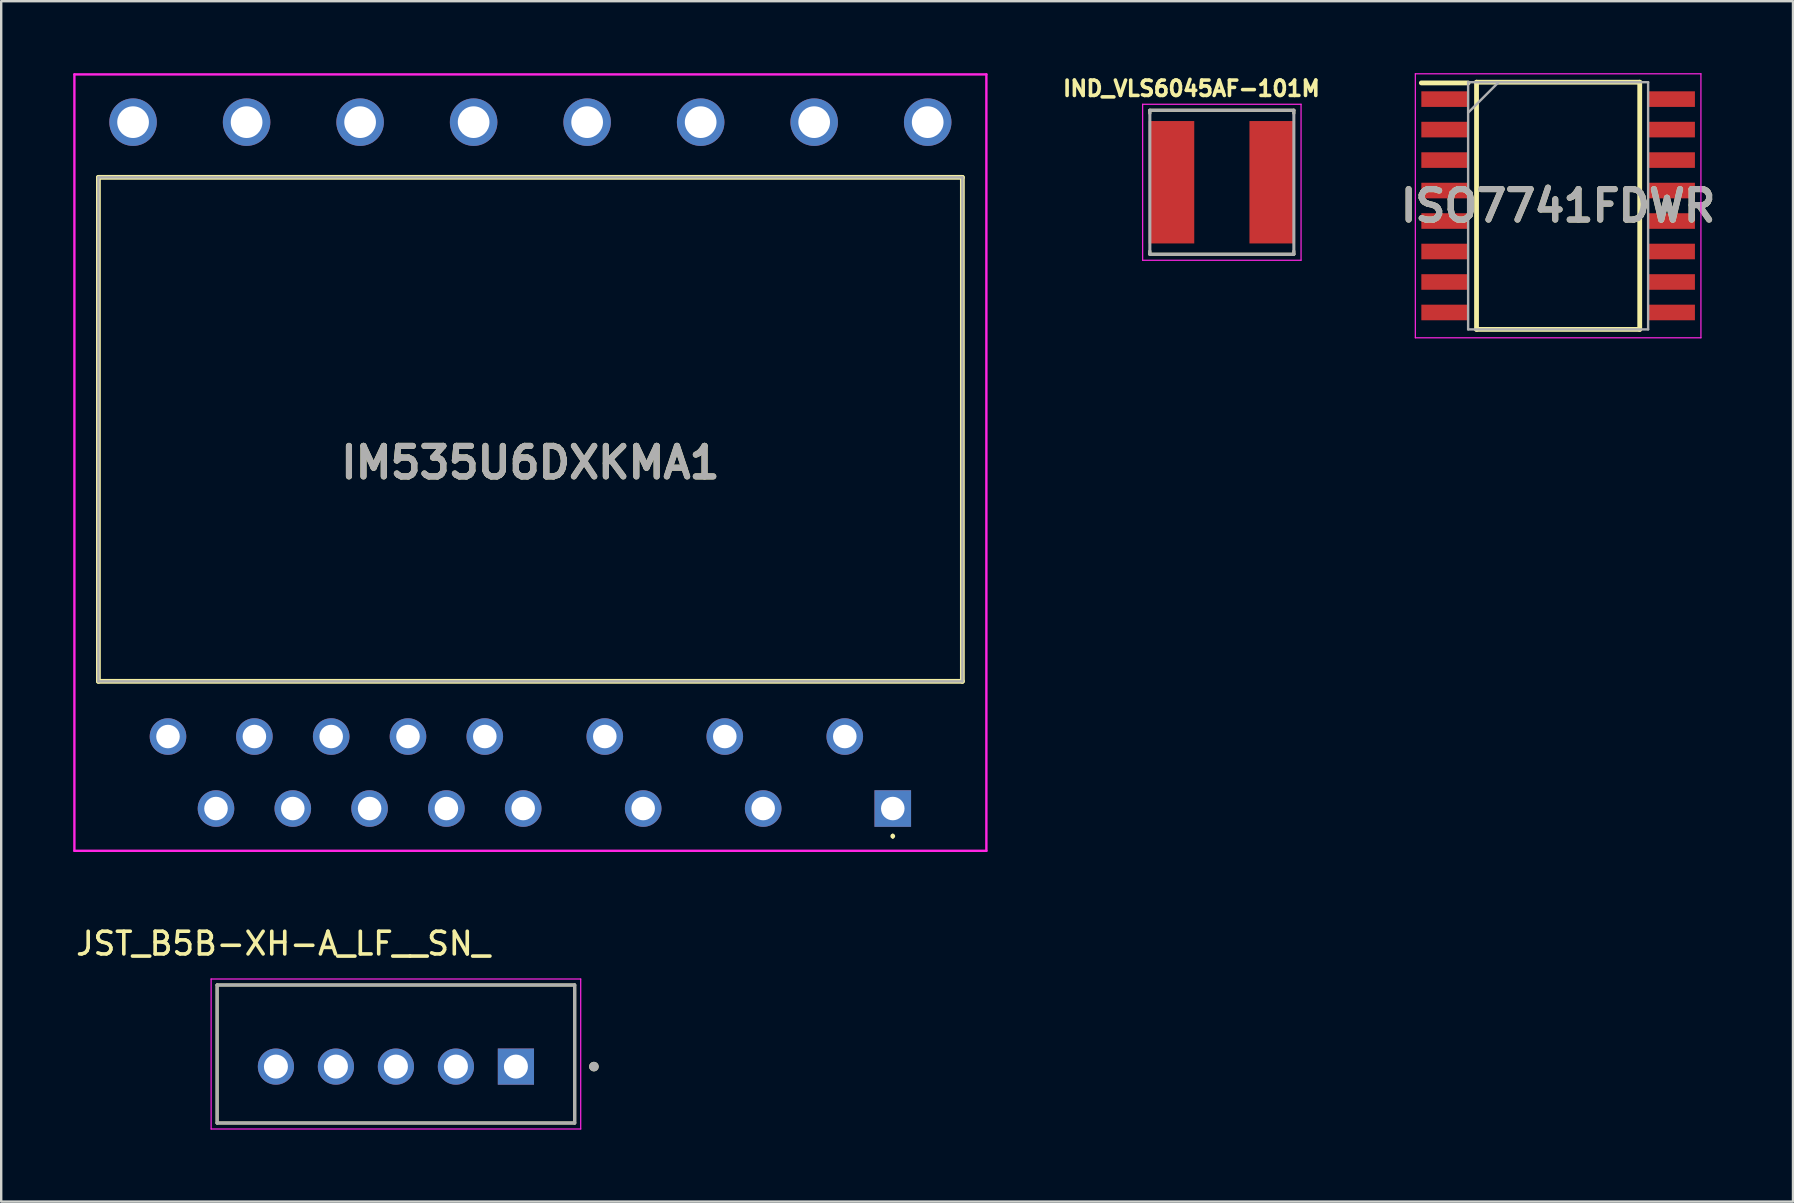
<source format=kicad_pcb>
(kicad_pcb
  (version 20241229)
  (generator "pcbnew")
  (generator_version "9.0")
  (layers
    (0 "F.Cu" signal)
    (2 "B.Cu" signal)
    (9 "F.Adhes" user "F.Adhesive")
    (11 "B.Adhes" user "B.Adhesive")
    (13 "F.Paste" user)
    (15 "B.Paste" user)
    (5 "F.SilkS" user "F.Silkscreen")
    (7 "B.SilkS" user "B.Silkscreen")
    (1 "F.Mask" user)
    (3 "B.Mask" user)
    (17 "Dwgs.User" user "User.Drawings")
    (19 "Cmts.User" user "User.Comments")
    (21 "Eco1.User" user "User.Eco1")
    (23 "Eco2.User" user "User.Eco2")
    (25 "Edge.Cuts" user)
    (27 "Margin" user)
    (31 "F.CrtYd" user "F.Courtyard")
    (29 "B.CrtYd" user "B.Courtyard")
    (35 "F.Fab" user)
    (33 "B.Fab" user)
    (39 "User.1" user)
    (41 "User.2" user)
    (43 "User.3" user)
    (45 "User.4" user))
  (footprint "IM535U6DXKMA1"
    (layer "F.Cu")
    (at 34.15 30.64)
    (property "Reference" "IM535U6DXKMA1" (at -15.1 -14.414 0) (layer "F.SilkS") (effects (font (size 1.27 1.27) (thickness 0.254))))
    (attr through_hole)
    (fp_line (start -33.1 -26.3) (end -33.1 -5.3) (stroke (width 0.2) (type solid)) (layer "F.SilkS"))
    (fp_line (start -33.1 -5.3) (end 2.9 -5.3) (stroke (width 0.2) (type solid)) (layer "F.SilkS"))
    (fp_line (start 0 1.1) (end 0 1.1) (stroke (width 0.1) (type solid)) (layer "F.SilkS"))
    (fp_line (start 0 1.2) (end 0 1.2) (stroke (width 0.1) (type solid)) (layer "F.SilkS"))
    (fp_line (start 2.9 -26.3) (end -33.1 -26.3) (stroke (width 0.2) (type solid)) (layer "F.SilkS"))
    (fp_line (start 2.9 -5.3) (end 2.9 -26.3) (stroke (width 0.2) (type solid)) (layer "F.SilkS"))
    (fp_arc (start 0 1.1) (mid 0.05 1.15) (end 0 1.2) (stroke (width 0.1) (type solid)) (layer "F.SilkS"))
    (fp_arc (start 0 1.2) (mid -0.05 1.15) (end 0 1.1) (stroke (width 0.1) (type solid)) (layer "F.SilkS"))
    (fp_line (start -34.1 -30.59) (end -34.1 1.762) (stroke (width 0.1) (type solid)) (layer "F.CrtYd"))
    (fp_line (start -34.1 1.762) (end 3.9 1.762) (stroke (width 0.1) (type solid)) (layer "F.CrtYd"))
    (fp_line (start 3.9 -30.59) (end -34.1 -30.59) (stroke (width 0.1) (type solid)) (layer "F.CrtYd"))
    (fp_line (start 3.9 1.762) (end 3.9 -30.59) (stroke (width 0.1) (type solid)) (layer "F.CrtYd"))
    (fp_line (start -33.1 -26.3) (end -33.1 -5.3) (stroke (width 0.1) (type solid)) (layer "F.Fab"))
    (fp_line (start -33.1 -5.3) (end 2.9 -5.3) (stroke (width 0.1) (type solid)) (layer "F.Fab"))
    (fp_line (start 2.9 -26.3) (end -33.1 -26.3) (stroke (width 0.1) (type solid)) (layer "F.Fab"))
    (fp_line (start 2.9 -5.3) (end 2.9 -26.3) (stroke (width 0.1) (type solid)) (layer "F.Fab"))
    (fp_text user "${REFERENCE}" (at -15.1 -14.414 0) (layer "F.Fab") (effects (font (size 1.27 1.27) (thickness 0.254))))
    (pad "1" thru_hole rect (at 0 0) (size 1.524 1.524) (drill 0.98) (layers "*.Cu" "*.Mask"))
    (pad "2" thru_hole circle (at -2 -3) (size 1.524 1.524) (drill 0.98) (layers "*.Cu" "*.Mask"))
    (pad "3" thru_hole circle (at -5.4 0) (size 1.524 1.524) (drill 0.98) (layers "*.Cu" "*.Mask"))
    (pad "4" thru_hole circle (at -7 -3) (size 1.524 1.524) (drill 0.98) (layers "*.Cu" "*.Mask"))
    (pad "5" thru_hole circle (at -10.4 0) (size 1.524 1.524) (drill 0.98) (layers "*.Cu" "*.Mask"))
    (pad "6" thru_hole circle (at -12 -3) (size 1.524 1.524) (drill 0.98) (layers "*.Cu" "*.Mask"))
    (pad "7" thru_hole circle (at -15.4 0) (size 1.524 1.524) (drill 0.98) (layers "*.Cu" "*.Mask"))
    (pad "8" thru_hole circle (at -17 -3) (size 1.524 1.524) (drill 0.98) (layers "*.Cu" "*.Mask"))
    (pad "9" thru_hole circle (at -18.6 0) (size 1.524 1.524) (drill 0.98) (layers "*.Cu" "*.Mask"))
    (pad "10" thru_hole circle (at -20.2 -3) (size 1.524 1.524) (drill 0.98) (layers "*.Cu" "*.Mask"))
    (pad "11" thru_hole circle (at -21.8 0) (size 1.524 1.524) (drill 0.98) (layers "*.Cu" "*.Mask"))
    (pad "12" thru_hole circle (at -23.4 -3) (size 1.524 1.524) (drill 0.98) (layers "*.Cu" "*.Mask"))
    (pad "13" thru_hole circle (at -25 0) (size 1.524 1.524) (drill 0.98) (layers "*.Cu" "*.Mask"))
    (pad "14" thru_hole circle (at -26.6 -3) (size 1.524 1.524) (drill 0.98) (layers "*.Cu" "*.Mask"))
    (pad "15" thru_hole circle (at -28.2 0) (size 1.524 1.524) (drill 0.98) (layers "*.Cu" "*.Mask"))
    (pad "16" thru_hole circle (at -30.2 -3) (size 1.524 1.524) (drill 0.98) (layers "*.Cu" "*.Mask"))
    (pad "17" thru_hole circle (at -31.655 -28.6) (size 1.98 1.98) (drill 1.32) (layers "*.Cu" "*.Mask"))
    (pad "18" thru_hole circle (at -26.925 -28.6) (size 1.98 1.98) (drill 1.32) (layers "*.Cu" "*.Mask"))
    (pad "19" thru_hole circle (at -22.195 -28.6) (size 1.98 1.98) (drill 1.32) (layers "*.Cu" "*.Mask"))
    (pad "20" thru_hole circle (at -17.465 -28.6) (size 1.98 1.98) (drill 1.32) (layers "*.Cu" "*.Mask"))
    (pad "21" thru_hole circle (at -12.735 -28.6) (size 1.98 1.98) (drill 1.32) (layers "*.Cu" "*.Mask"))
    (pad "22" thru_hole circle (at -8.005 -28.6) (size 1.98 1.98) (drill 1.32) (layers "*.Cu" "*.Mask"))
    (pad "23" thru_hole circle (at -3.275 -28.6) (size 1.98 1.98) (drill 1.32) (layers "*.Cu" "*.Mask"))
    (pad "24" thru_hole circle (at 1.455 -28.6) (size 1.98 1.98) (drill 1.32) (layers "*.Cu" "*.Mask")))
  (footprint "ISO7741FDWR"
    (layer "F.Cu")
    (at 61.874 5.525)
    (property "Reference" "ISO7741FDWR" (at 0 0 0) (layer "F.SilkS") (effects (font (size 1.27 1.27) (thickness 0.254))))
    (attr smd)
    (fp_line (start -5.7 -5.12) (end -3.75 -5.12) (stroke (width 0.2) (type solid)) (layer "F.SilkS"))
    (fp_line (start -3.4 -5.15) (end 3.4 -5.15) (stroke (width 0.2) (type solid)) (layer "F.SilkS"))
    (fp_line (start -3.4 5.15) (end -3.4 -5.15) (stroke (width 0.2) (type solid)) (layer "F.SilkS"))
    (fp_line (start 3.4 -5.15) (end 3.4 5.15) (stroke (width 0.2) (type solid)) (layer "F.SilkS"))
    (fp_line (start 3.4 5.15) (end -3.4 5.15) (stroke (width 0.2) (type solid)) (layer "F.SilkS"))
    (fp_line (start -5.95 -5.5) (end 5.95 -5.5) (stroke (width 0.05) (type solid)) (layer "F.CrtYd"))
    (fp_line (start -5.95 5.5) (end -5.95 -5.5) (stroke (width 0.05) (type solid)) (layer "F.CrtYd"))
    (fp_line (start 5.95 -5.5) (end 5.95 5.5) (stroke (width 0.05) (type solid)) (layer "F.CrtYd"))
    (fp_line (start 5.95 5.5) (end -5.95 5.5) (stroke (width 0.05) (type solid)) (layer "F.CrtYd"))
    (fp_line (start -3.75 -5.15) (end 3.75 -5.15) (stroke (width 0.1) (type solid)) (layer "F.Fab"))
    (fp_line (start -3.75 -3.88) (end -2.48 -5.15) (stroke (width 0.1) (type solid)) (layer "F.Fab"))
    (fp_line (start -3.75 5.15) (end -3.75 -5.15) (stroke (width 0.1) (type solid)) (layer "F.Fab"))
    (fp_line (start 3.75 -5.15) (end 3.75 5.15) (stroke (width 0.1) (type solid)) (layer "F.Fab"))
    (fp_line (start 3.75 5.15) (end -3.75 5.15) (stroke (width 0.1) (type solid)) (layer "F.Fab"))
    (fp_text user "${REFERENCE}" (at 0 0 0) (layer "F.Fab") (effects (font (size 1.27 1.27) (thickness 0.254))))
    (pad "1" smd rect (at -4.725 -4.445 90) (size 0.65 1.95) (layers "F.Cu" "F.Mask" "F.Paste"))
    (pad "2" smd rect (at -4.725 -3.175 90) (size 0.65 1.95) (layers "F.Cu" "F.Mask" "F.Paste"))
    (pad "3" smd rect (at -4.725 -1.905 90) (size 0.65 1.95) (layers "F.Cu" "F.Mask" "F.Paste"))
    (pad "4" smd rect (at -4.725 -0.635 90) (size 0.65 1.95) (layers "F.Cu" "F.Mask" "F.Paste"))
    (pad "5" smd rect (at -4.725 0.635 90) (size 0.65 1.95) (layers "F.Cu" "F.Mask" "F.Paste"))
    (pad "6" smd rect (at -4.725 1.905 90) (size 0.65 1.95) (layers "F.Cu" "F.Mask" "F.Paste"))
    (pad "7" smd rect (at -4.725 3.175 90) (size 0.65 1.95) (layers "F.Cu" "F.Mask" "F.Paste"))
    (pad "8" smd rect (at -4.725 4.445 90) (size 0.65 1.95) (layers "F.Cu" "F.Mask" "F.Paste"))
    (pad "9" smd rect (at 4.725 4.445 90) (size 0.65 1.95) (layers "F.Cu" "F.Mask" "F.Paste"))
    (pad "10" smd rect (at 4.725 3.175 90) (size 0.65 1.95) (layers "F.Cu" "F.Mask" "F.Paste"))
    (pad "11" smd rect (at 4.725 1.905 90) (size 0.65 1.95) (layers "F.Cu" "F.Mask" "F.Paste"))
    (pad "12" smd rect (at 4.725 0.635 90) (size 0.65 1.95) (layers "F.Cu" "F.Mask" "F.Paste"))
    (pad "13" smd rect (at 4.725 -0.635 90) (size 0.65 1.95) (layers "F.Cu" "F.Mask" "F.Paste"))
    (pad "14" smd rect (at 4.725 -1.905 90) (size 0.65 1.95) (layers "F.Cu" "F.Mask" "F.Paste"))
    (pad "15" smd rect (at 4.725 -3.175 90) (size 0.65 1.95) (layers "F.Cu" "F.Mask" "F.Paste"))
    (pad "16" smd rect (at 4.725 -4.445 90) (size 0.65 1.95) (layers "F.Cu" "F.Mask" "F.Paste")))
  (footprint "JST_B5B-XH-A_LF__SN_"
    (layer "F.Cu")
    (at 13.447 40.868)
    (property "Reference" "JST_B5B-XH-A_LF__SN_" (at -4.7 -4.6 0) (layer "F.SilkS") (effects (font (size 0.945 0.945) (thickness 0.15))))
    (attr through_hole)
    (fp_line (start -7.45 -2.875) (end 7.45 -2.875) (stroke (width 0.127) (type solid)) (layer "F.SilkS"))
    (fp_line (start -7.45 2.875) (end -7.45 -2.875) (stroke (width 0.127) (type solid)) (layer "F.SilkS"))
    (fp_line (start 7.45 -2.875) (end 7.45 2.875) (stroke (width 0.127) (type solid)) (layer "F.SilkS"))
    (fp_line (start 7.45 2.875) (end -7.45 2.875) (stroke (width 0.127) (type solid)) (layer "F.SilkS"))
    (fp_circle (center 8.25 0.525) (end 8.35 0.525) (stroke (width 0.2) (type solid)) (fill no) (layer "F.SilkS"))
    (fp_line (start -7.7 -3.125) (end 7.7 -3.125) (stroke (width 0.05) (type solid)) (layer "F.CrtYd"))
    (fp_line (start -7.7 3.125) (end -7.7 -3.125) (stroke (width 0.05) (type solid)) (layer "F.CrtYd"))
    (fp_line (start 7.7 -3.125) (end 7.7 3.125) (stroke (width 0.05) (type solid)) (layer "F.CrtYd"))
    (fp_line (start 7.7 3.125) (end -7.7 3.125) (stroke (width 0.05) (type solid)) (layer "F.CrtYd"))
    (fp_line (start -7.45 -2.875) (end 7.45 -2.875) (stroke (width 0.127) (type solid)) (layer "F.Fab"))
    (fp_line (start -7.45 2.875) (end -7.45 -2.875) (stroke (width 0.127) (type solid)) (layer "F.Fab"))
    (fp_line (start 7.45 -2.875) (end 7.45 2.875) (stroke (width 0.127) (type solid)) (layer "F.Fab"))
    (fp_line (start 7.45 2.875) (end -7.45 2.875) (stroke (width 0.127) (type solid)) (layer "F.Fab"))
    (fp_circle (center 8.25 0.525) (end 8.35 0.525) (stroke (width 0.2) (type solid)) (fill no) (layer "F.Fab"))
    (pad "1" thru_hole rect (at 5 0.525) (size 1.508 1.508) (drill 1) (layers "*.Cu" "*.Mask"))
    (pad "2" thru_hole circle (at 2.5 0.525) (size 1.508 1.508) (drill 1) (layers "*.Cu" "*.Mask"))
    (pad "3" thru_hole circle (at 0 0.525) (size 1.508 1.508) (drill 1) (layers "*.Cu" "*.Mask"))
    (pad "4" thru_hole circle (at -2.5 0.525) (size 1.508 1.508) (drill 1) (layers "*.Cu" "*.Mask"))
    (pad "5" thru_hole circle (at -5 0.525) (size 1.508 1.508) (drill 1) (layers "*.Cu" "*.Mask")))
  (footprint "IND_VLS6045AF-101M"
    (layer "F.Cu")
    (at 47.862 4.544)
    (property "Reference" "IND_VLS6045AF-101M" (at -1.268 -3.906 0) (layer "F.SilkS") (effects (font (size 0.64 0.64) (thickness 0.15))))
    (attr smd)
    (fp_line (start -3 -3) (end -3 -2.87) (stroke (width 0.127) (type solid)) (layer "F.SilkS"))
    (fp_line (start -3 -3) (end 3 -3) (stroke (width 0.127) (type solid)) (layer "F.SilkS"))
    (fp_line (start -3 3) (end -3 2.87) (stroke (width 0.127) (type solid)) (layer "F.SilkS"))
    (fp_line (start -3 3) (end 3 3) (stroke (width 0.127) (type solid)) (layer "F.SilkS"))
    (fp_line (start 3 -3) (end 3 -2.87) (stroke (width 0.127) (type solid)) (layer "F.SilkS"))
    (fp_line (start 3 3) (end 3 2.87) (stroke (width 0.127) (type solid)) (layer "F.SilkS"))
    (fp_line (start -3.3 -3.25) (end -3.3 3.25) (stroke (width 0.05) (type solid)) (layer "F.CrtYd"))
    (fp_line (start -3.3 3.25) (end 3.3 3.25) (stroke (width 0.05) (type solid)) (layer "F.CrtYd"))
    (fp_line (start 3.3 -3.25) (end -3.3 -3.25) (stroke (width 0.05) (type solid)) (layer "F.CrtYd"))
    (fp_line (start 3.3 3.25) (end 3.3 -3.25) (stroke (width 0.05) (type solid)) (layer "F.CrtYd"))
    (fp_line (start -3 -3) (end -3 3) (stroke (width 0.127) (type solid)) (layer "F.Fab"))
    (fp_line (start -3 -3) (end 3 -3) (stroke (width 0.127) (type solid)) (layer "F.Fab"))
    (fp_line (start -3 3) (end 3 3) (stroke (width 0.127) (type solid)) (layer "F.Fab"))
    (fp_line (start 3 -3) (end 3 3) (stroke (width 0.127) (type solid)) (layer "F.Fab"))
    (pad "1" smd rect (at -2.1 0) (size 1.9 5.1) (layers "F.Cu" "F.Mask" "F.Paste"))
    (pad "2" smd rect (at 2.1 0) (size 1.9 5.1) (layers "F.Cu" "F.Mask" "F.Paste")))
  (gr_rect
    (start -3 -3)
    (end 71.66 47.018)
    (stroke (width 0.1) (type default))
    (fill no)
    (layer "Edge.Cuts")))
</source>
